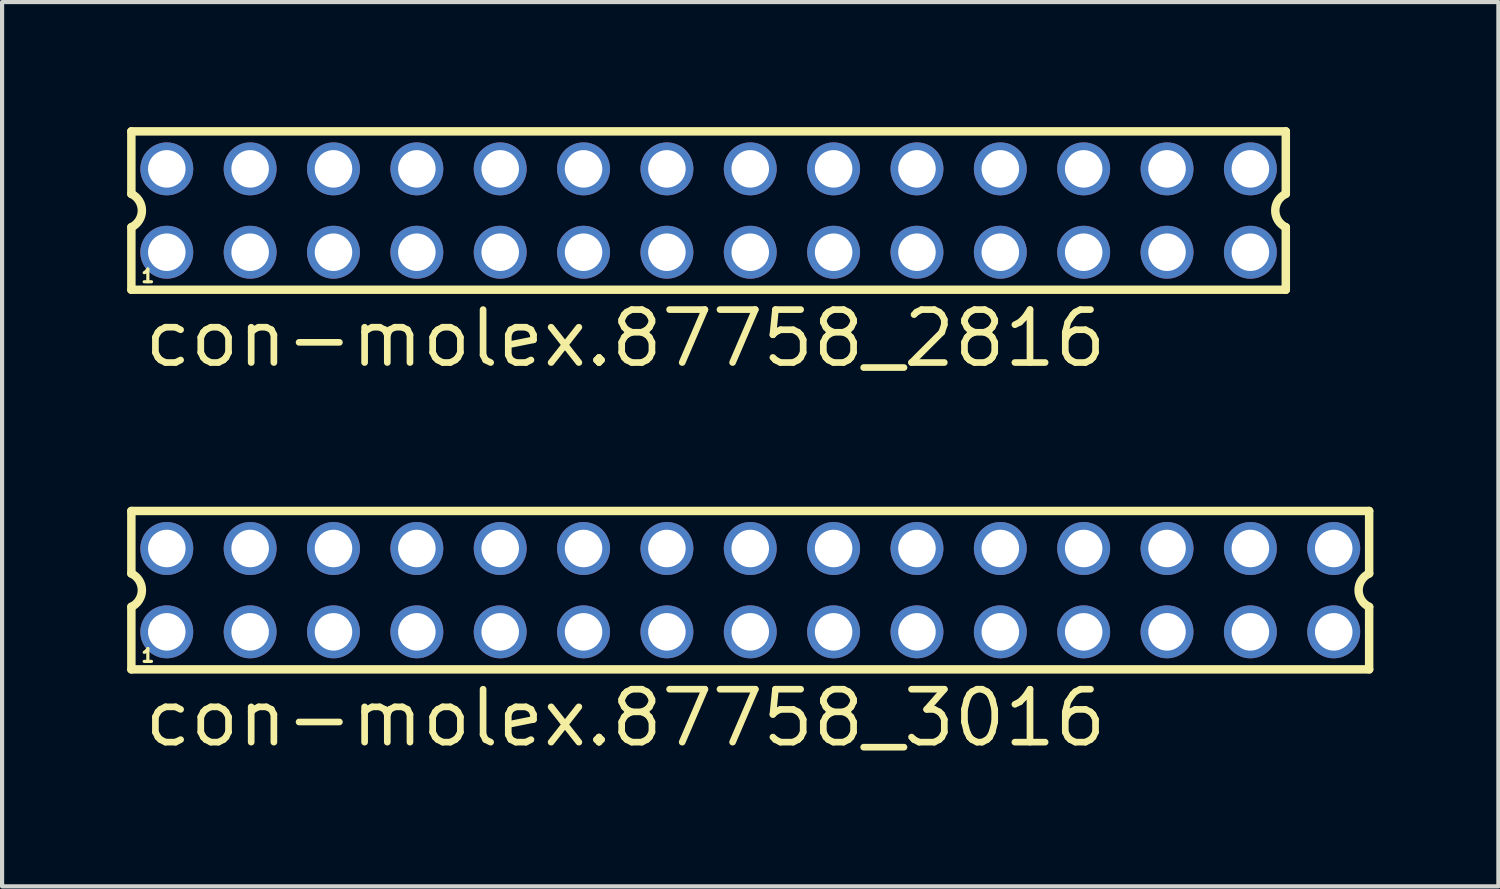
<source format=kicad_pcb>
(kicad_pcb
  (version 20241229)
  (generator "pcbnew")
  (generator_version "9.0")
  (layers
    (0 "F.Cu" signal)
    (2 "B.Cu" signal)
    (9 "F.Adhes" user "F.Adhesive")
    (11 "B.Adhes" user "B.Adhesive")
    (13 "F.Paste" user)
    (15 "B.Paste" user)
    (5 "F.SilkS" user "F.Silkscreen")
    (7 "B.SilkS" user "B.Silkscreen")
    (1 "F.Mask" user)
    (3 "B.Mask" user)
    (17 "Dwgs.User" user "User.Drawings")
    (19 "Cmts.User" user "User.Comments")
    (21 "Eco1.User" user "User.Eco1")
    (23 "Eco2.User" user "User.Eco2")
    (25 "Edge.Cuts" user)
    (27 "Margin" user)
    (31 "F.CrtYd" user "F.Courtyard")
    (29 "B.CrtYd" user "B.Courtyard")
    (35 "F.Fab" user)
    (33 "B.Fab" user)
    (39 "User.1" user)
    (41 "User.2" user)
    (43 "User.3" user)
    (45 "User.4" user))
  (footprint "con-molex.87758_3016"
    (layer "F.Cu")
    (at 14.952 11.111)
    (property "Reference" "con-molex.87758_3016" (at -14.62 3.81 0) (layer "F.SilkS") (effects (font (size 1.27 1.27) (thickness 0.16)) (justify left bottom)))
    (attr through_hole)
    (fp_line (start -14.85 -1.9) (end -14.85 -0.4) (stroke (width 0.203) (type default)) (layer "F.SilkS"))
    (fp_line (start -14.85 0.4) (end -14.85 1.9) (stroke (width 0.203) (type default)) (layer "F.SilkS"))
    (fp_line (start -14.85 1.9) (end 14.85 1.9) (stroke (width 0.203) (type default)) (layer "F.SilkS"))
    (fp_line (start 14.85 -1.9) (end -14.85 -1.9) (stroke (width 0.203) (type default)) (layer "F.SilkS"))
    (fp_line (start 14.85 -0.4) (end 14.85 -1.9) (stroke (width 0.203) (type default)) (layer "F.SilkS"))
    (fp_line (start 14.85 1.9) (end 14.85 0.4) (stroke (width 0.203) (type default)) (layer "F.SilkS"))
    (fp_arc (start -14.85 -0.4) (mid -14.597168 0) (end -14.85 0.4) (stroke (width 0.2032) (type default)) (layer "F.SilkS"))
    (fp_arc (start 14.85 0.4) (mid 14.597168 0) (end 14.85 -0.4) (stroke (width 0.2032) (type default)) (layer "F.SilkS"))
    (fp_rect (start -14.25 -0.75) (end -13.75 -1.25) (stroke (width 0.05) (type default)) (fill no) (layer "F.Fab"))
    (fp_rect (start -14.25 1.25) (end -13.75 0.75) (stroke (width 0.05) (type default)) (fill no) (layer "F.Fab"))
    (fp_rect (start -12.25 -0.75) (end -11.75 -1.25) (stroke (width 0.05) (type default)) (fill no) (layer "F.Fab"))
    (fp_rect (start -12.25 1.25) (end -11.75 0.75) (stroke (width 0.05) (type default)) (fill no) (layer "F.Fab"))
    (fp_rect (start -10.25 -0.75) (end -9.75 -1.25) (stroke (width 0.05) (type default)) (fill no) (layer "F.Fab"))
    (fp_rect (start -10.25 1.25) (end -9.75 0.75) (stroke (width 0.05) (type default)) (fill no) (layer "F.Fab"))
    (fp_rect (start -8.25 -0.75) (end -7.75 -1.25) (stroke (width 0.05) (type default)) (fill no) (layer "F.Fab"))
    (fp_rect (start -8.25 1.25) (end -7.75 0.75) (stroke (width 0.05) (type default)) (fill no) (layer "F.Fab"))
    (fp_rect (start -6.25 -0.75) (end -5.75 -1.25) (stroke (width 0.05) (type default)) (fill no) (layer "F.Fab"))
    (fp_rect (start -6.25 1.25) (end -5.75 0.75) (stroke (width 0.05) (type default)) (fill no) (layer "F.Fab"))
    (fp_rect (start -4.25 -0.75) (end -3.75 -1.25) (stroke (width 0.05) (type default)) (fill no) (layer "F.Fab"))
    (fp_rect (start -4.25 1.25) (end -3.75 0.75) (stroke (width 0.05) (type default)) (fill no) (layer "F.Fab"))
    (fp_rect (start -2.25 -0.75) (end -1.75 -1.25) (stroke (width 0.05) (type default)) (fill no) (layer "F.Fab"))
    (fp_rect (start -2.25 1.25) (end -1.75 0.75) (stroke (width 0.05) (type default)) (fill no) (layer "F.Fab"))
    (fp_rect (start -0.25 -0.75) (end 0.25 -1.25) (stroke (width 0.05) (type default)) (fill no) (layer "F.Fab"))
    (fp_rect (start -0.25 1.25) (end 0.25 0.75) (stroke (width 0.05) (type default)) (fill no) (layer "F.Fab"))
    (fp_rect (start 1.75 -0.75) (end 2.25 -1.25) (stroke (width 0.05) (type default)) (fill no) (layer "F.Fab"))
    (fp_rect (start 1.75 1.25) (end 2.25 0.75) (stroke (width 0.05) (type default)) (fill no) (layer "F.Fab"))
    (fp_rect (start 3.75 -0.75) (end 4.25 -1.25) (stroke (width 0.05) (type default)) (fill no) (layer "F.Fab"))
    (fp_rect (start 3.75 1.25) (end 4.25 0.75) (stroke (width 0.05) (type default)) (fill no) (layer "F.Fab"))
    (fp_rect (start 5.75 -0.75) (end 6.25 -1.25) (stroke (width 0.05) (type default)) (fill no) (layer "F.Fab"))
    (fp_rect (start 5.75 1.25) (end 6.25 0.75) (stroke (width 0.05) (type default)) (fill no) (layer "F.Fab"))
    (fp_rect (start 7.75 -0.75) (end 8.25 -1.25) (stroke (width 0.05) (type default)) (fill no) (layer "F.Fab"))
    (fp_rect (start 7.75 1.25) (end 8.25 0.75) (stroke (width 0.05) (type default)) (fill no) (layer "F.Fab"))
    (fp_rect (start 9.75 -0.75) (end 10.25 -1.25) (stroke (width 0.05) (type default)) (fill no) (layer "F.Fab"))
    (fp_rect (start 9.75 1.25) (end 10.25 0.75) (stroke (width 0.05) (type default)) (fill no) (layer "F.Fab"))
    (fp_rect (start 11.75 -0.75) (end 12.25 -1.25) (stroke (width 0.05) (type default)) (fill no) (layer "F.Fab"))
    (fp_rect (start 11.75 1.25) (end 12.25 0.75) (stroke (width 0.05) (type default)) (fill no) (layer "F.Fab"))
    (fp_rect (start 13.75 -0.75) (end 14.25 -1.25) (stroke (width 0.05) (type default)) (fill no) (layer "F.Fab"))
    (fp_rect (start 13.75 1.25) (end 14.25 0.75) (stroke (width 0.05) (type default)) (fill no) (layer "F.Fab"))
    (fp_text user "1" (at -14.65 1.75 0) (layer "F.SilkS") (effects (font (size 0.305 0.305) (thickness 0.15)) (justify left bottom)))
    (pad "1" thru_hole circle (at -14 1) (size 1.27 1.27) (drill 0.9) (layers "*.Cu" "*.Mask"))
    (pad "2" thru_hole circle (at -14 -1) (size 1.27 1.27) (drill 0.9) (layers "*.Cu" "*.Mask"))
    (pad "3" thru_hole circle (at -12 1) (size 1.27 1.27) (drill 0.9) (layers "*.Cu" "*.Mask"))
    (pad "4" thru_hole circle (at -12 -1) (size 1.27 1.27) (drill 0.9) (layers "*.Cu" "*.Mask"))
    (pad "5" thru_hole circle (at -10 1) (size 1.27 1.27) (drill 0.9) (layers "*.Cu" "*.Mask"))
    (pad "6" thru_hole circle (at -10 -1) (size 1.27 1.27) (drill 0.9) (layers "*.Cu" "*.Mask"))
    (pad "7" thru_hole circle (at -8 1) (size 1.27 1.27) (drill 0.9) (layers "*.Cu" "*.Mask"))
    (pad "8" thru_hole circle (at -8 -1) (size 1.27 1.27) (drill 0.9) (layers "*.Cu" "*.Mask"))
    (pad "9" thru_hole circle (at -6 1) (size 1.27 1.27) (drill 0.9) (layers "*.Cu" "*.Mask"))
    (pad "10" thru_hole circle (at -6 -1) (size 1.27 1.27) (drill 0.9) (layers "*.Cu" "*.Mask"))
    (pad "11" thru_hole circle (at -4 1) (size 1.27 1.27) (drill 0.9) (layers "*.Cu" "*.Mask"))
    (pad "12" thru_hole circle (at -4 -1) (size 1.27 1.27) (drill 0.9) (layers "*.Cu" "*.Mask"))
    (pad "13" thru_hole circle (at -2 1) (size 1.27 1.27) (drill 0.9) (layers "*.Cu" "*.Mask"))
    (pad "14" thru_hole circle (at -2 -1) (size 1.27 1.27) (drill 0.9) (layers "*.Cu" "*.Mask"))
    (pad "15" thru_hole circle (at 0 1) (size 1.27 1.27) (drill 0.9) (layers "*.Cu" "*.Mask"))
    (pad "16" thru_hole circle (at 0 -1) (size 1.27 1.27) (drill 0.9) (layers "*.Cu" "*.Mask"))
    (pad "17" thru_hole circle (at 2 1) (size 1.27 1.27) (drill 0.9) (layers "*.Cu" "*.Mask"))
    (pad "18" thru_hole circle (at 2 -1) (size 1.27 1.27) (drill 0.9) (layers "*.Cu" "*.Mask"))
    (pad "19" thru_hole circle (at 4 1) (size 1.27 1.27) (drill 0.9) (layers "*.Cu" "*.Mask"))
    (pad "20" thru_hole circle (at 4 -1) (size 1.27 1.27) (drill 0.9) (layers "*.Cu" "*.Mask"))
    (pad "21" thru_hole circle (at 6 1) (size 1.27 1.27) (drill 0.9) (layers "*.Cu" "*.Mask"))
    (pad "22" thru_hole circle (at 6 -1) (size 1.27 1.27) (drill 0.9) (layers "*.Cu" "*.Mask"))
    (pad "23" thru_hole circle (at 8 1) (size 1.27 1.27) (drill 0.9) (layers "*.Cu" "*.Mask"))
    (pad "24" thru_hole circle (at 8 -1) (size 1.27 1.27) (drill 0.9) (layers "*.Cu" "*.Mask"))
    (pad "25" thru_hole circle (at 10 1) (size 1.27 1.27) (drill 0.9) (layers "*.Cu" "*.Mask"))
    (pad "26" thru_hole circle (at 10 -1) (size 1.27 1.27) (drill 0.9) (layers "*.Cu" "*.Mask"))
    (pad "27" thru_hole circle (at 12 1) (size 1.27 1.27) (drill 0.9) (layers "*.Cu" "*.Mask"))
    (pad "28" thru_hole circle (at 12 -1) (size 1.27 1.27) (drill 0.9) (layers "*.Cu" "*.Mask"))
    (pad "29" thru_hole circle (at 14 1) (size 1.27 1.27) (drill 0.9) (layers "*.Cu" "*.Mask"))
    (pad "30" thru_hole circle (at 14 -1) (size 1.27 1.27) (drill 0.9) (layers "*.Cu" "*.Mask")))
  (footprint "con-molex.87758_2816"
    (layer "F.Cu")
    (at 13.952 2.002)
    (property "Reference" "con-molex.87758_2816" (at -13.62 3.81 0) (layer "F.SilkS") (effects (font (size 1.27 1.27) (thickness 0.16)) (justify left bottom)))
    (attr through_hole)
    (fp_line (start -13.85 -1.9) (end -13.85 -0.4) (stroke (width 0.203) (type default)) (layer "F.SilkS"))
    (fp_line (start -13.85 0.4) (end -13.85 1.9) (stroke (width 0.203) (type default)) (layer "F.SilkS"))
    (fp_line (start -13.85 1.9) (end 13.85 1.9) (stroke (width 0.203) (type default)) (layer "F.SilkS"))
    (fp_line (start 13.85 -1.9) (end -13.85 -1.9) (stroke (width 0.203) (type default)) (layer "F.SilkS"))
    (fp_line (start 13.85 -0.4) (end 13.85 -1.9) (stroke (width 0.203) (type default)) (layer "F.SilkS"))
    (fp_line (start 13.85 1.9) (end 13.85 0.4) (stroke (width 0.203) (type default)) (layer "F.SilkS"))
    (fp_arc (start -13.85 -0.4) (mid -13.597168 0) (end -13.85 0.4) (stroke (width 0.2032) (type default)) (layer "F.SilkS"))
    (fp_arc (start 13.85 0.4) (mid 13.597168 0) (end 13.85 -0.4) (stroke (width 0.2032) (type default)) (layer "F.SilkS"))
    (fp_rect (start -13.25 -0.75) (end -12.75 -1.25) (stroke (width 0.05) (type default)) (fill no) (layer "F.Fab"))
    (fp_rect (start -13.25 1.25) (end -12.75 0.75) (stroke (width 0.05) (type default)) (fill no) (layer "F.Fab"))
    (fp_rect (start -11.25 -0.75) (end -10.75 -1.25) (stroke (width 0.05) (type default)) (fill no) (layer "F.Fab"))
    (fp_rect (start -11.25 1.25) (end -10.75 0.75) (stroke (width 0.05) (type default)) (fill no) (layer "F.Fab"))
    (fp_rect (start -9.25 -0.75) (end -8.75 -1.25) (stroke (width 0.05) (type default)) (fill no) (layer "F.Fab"))
    (fp_rect (start -9.25 1.25) (end -8.75 0.75) (stroke (width 0.05) (type default)) (fill no) (layer "F.Fab"))
    (fp_rect (start -7.25 -0.75) (end -6.75 -1.25) (stroke (width 0.05) (type default)) (fill no) (layer "F.Fab"))
    (fp_rect (start -7.25 1.25) (end -6.75 0.75) (stroke (width 0.05) (type default)) (fill no) (layer "F.Fab"))
    (fp_rect (start -5.25 -0.75) (end -4.75 -1.25) (stroke (width 0.05) (type default)) (fill no) (layer "F.Fab"))
    (fp_rect (start -5.25 1.25) (end -4.75 0.75) (stroke (width 0.05) (type default)) (fill no) (layer "F.Fab"))
    (fp_rect (start -3.25 -0.75) (end -2.75 -1.25) (stroke (width 0.05) (type default)) (fill no) (layer "F.Fab"))
    (fp_rect (start -3.25 1.25) (end -2.75 0.75) (stroke (width 0.05) (type default)) (fill no) (layer "F.Fab"))
    (fp_rect (start -1.25 -0.75) (end -0.75 -1.25) (stroke (width 0.05) (type default)) (fill no) (layer "F.Fab"))
    (fp_rect (start -1.25 1.25) (end -0.75 0.75) (stroke (width 0.05) (type default)) (fill no) (layer "F.Fab"))
    (fp_rect (start 0.75 -0.75) (end 1.25 -1.25) (stroke (width 0.05) (type default)) (fill no) (layer "F.Fab"))
    (fp_rect (start 0.75 1.25) (end 1.25 0.75) (stroke (width 0.05) (type default)) (fill no) (layer "F.Fab"))
    (fp_rect (start 2.75 -0.75) (end 3.25 -1.25) (stroke (width 0.05) (type default)) (fill no) (layer "F.Fab"))
    (fp_rect (start 2.75 1.25) (end 3.25 0.75) (stroke (width 0.05) (type default)) (fill no) (layer "F.Fab"))
    (fp_rect (start 4.75 -0.75) (end 5.25 -1.25) (stroke (width 0.05) (type default)) (fill no) (layer "F.Fab"))
    (fp_rect (start 4.75 1.25) (end 5.25 0.75) (stroke (width 0.05) (type default)) (fill no) (layer "F.Fab"))
    (fp_rect (start 6.75 -0.75) (end 7.25 -1.25) (stroke (width 0.05) (type default)) (fill no) (layer "F.Fab"))
    (fp_rect (start 6.75 1.25) (end 7.25 0.75) (stroke (width 0.05) (type default)) (fill no) (layer "F.Fab"))
    (fp_rect (start 8.75 -0.75) (end 9.25 -1.25) (stroke (width 0.05) (type default)) (fill no) (layer "F.Fab"))
    (fp_rect (start 8.75 1.25) (end 9.25 0.75) (stroke (width 0.05) (type default)) (fill no) (layer "F.Fab"))
    (fp_rect (start 10.75 -0.75) (end 11.25 -1.25) (stroke (width 0.05) (type default)) (fill no) (layer "F.Fab"))
    (fp_rect (start 10.75 1.25) (end 11.25 0.75) (stroke (width 0.05) (type default)) (fill no) (layer "F.Fab"))
    (fp_rect (start 12.75 -0.75) (end 13.25 -1.25) (stroke (width 0.05) (type default)) (fill no) (layer "F.Fab"))
    (fp_rect (start 12.75 1.25) (end 13.25 0.75) (stroke (width 0.05) (type default)) (fill no) (layer "F.Fab"))
    (fp_text user "1" (at -13.65 1.75 0) (layer "F.SilkS") (effects (font (size 0.305 0.305) (thickness 0.15)) (justify left bottom)))
    (pad "1" thru_hole circle (at -13 1) (size 1.27 1.27) (drill 0.9) (layers "*.Cu" "*.Mask"))
    (pad "2" thru_hole circle (at -13 -1) (size 1.27 1.27) (drill 0.9) (layers "*.Cu" "*.Mask"))
    (pad "3" thru_hole circle (at -11 1) (size 1.27 1.27) (drill 0.9) (layers "*.Cu" "*.Mask"))
    (pad "4" thru_hole circle (at -11 -1) (size 1.27 1.27) (drill 0.9) (layers "*.Cu" "*.Mask"))
    (pad "5" thru_hole circle (at -9 1) (size 1.27 1.27) (drill 0.9) (layers "*.Cu" "*.Mask"))
    (pad "6" thru_hole circle (at -9 -1) (size 1.27 1.27) (drill 0.9) (layers "*.Cu" "*.Mask"))
    (pad "7" thru_hole circle (at -7 1) (size 1.27 1.27) (drill 0.9) (layers "*.Cu" "*.Mask"))
    (pad "8" thru_hole circle (at -7 -1) (size 1.27 1.27) (drill 0.9) (layers "*.Cu" "*.Mask"))
    (pad "9" thru_hole circle (at -5 1) (size 1.27 1.27) (drill 0.9) (layers "*.Cu" "*.Mask"))
    (pad "10" thru_hole circle (at -5 -1) (size 1.27 1.27) (drill 0.9) (layers "*.Cu" "*.Mask"))
    (pad "11" thru_hole circle (at -3 1) (size 1.27 1.27) (drill 0.9) (layers "*.Cu" "*.Mask"))
    (pad "12" thru_hole circle (at -3 -1) (size 1.27 1.27) (drill 0.9) (layers "*.Cu" "*.Mask"))
    (pad "13" thru_hole circle (at -1 1) (size 1.27 1.27) (drill 0.9) (layers "*.Cu" "*.Mask"))
    (pad "14" thru_hole circle (at -1 -1) (size 1.27 1.27) (drill 0.9) (layers "*.Cu" "*.Mask"))
    (pad "15" thru_hole circle (at 1 1) (size 1.27 1.27) (drill 0.9) (layers "*.Cu" "*.Mask"))
    (pad "16" thru_hole circle (at 1 -1) (size 1.27 1.27) (drill 0.9) (layers "*.Cu" "*.Mask"))
    (pad "17" thru_hole circle (at 3 1) (size 1.27 1.27) (drill 0.9) (layers "*.Cu" "*.Mask"))
    (pad "18" thru_hole circle (at 3 -1) (size 1.27 1.27) (drill 0.9) (layers "*.Cu" "*.Mask"))
    (pad "19" thru_hole circle (at 5 1) (size 1.27 1.27) (drill 0.9) (layers "*.Cu" "*.Mask"))
    (pad "20" thru_hole circle (at 5 -1) (size 1.27 1.27) (drill 0.9) (layers "*.Cu" "*.Mask"))
    (pad "21" thru_hole circle (at 7 1) (size 1.27 1.27) (drill 0.9) (layers "*.Cu" "*.Mask"))
    (pad "22" thru_hole circle (at 7 -1) (size 1.27 1.27) (drill 0.9) (layers "*.Cu" "*.Mask"))
    (pad "23" thru_hole circle (at 9 1) (size 1.27 1.27) (drill 0.9) (layers "*.Cu" "*.Mask"))
    (pad "24" thru_hole circle (at 9 -1) (size 1.27 1.27) (drill 0.9) (layers "*.Cu" "*.Mask"))
    (pad "25" thru_hole circle (at 11 1) (size 1.27 1.27) (drill 0.9) (layers "*.Cu" "*.Mask"))
    (pad "26" thru_hole circle (at 11 -1) (size 1.27 1.27) (drill 0.9) (layers "*.Cu" "*.Mask"))
    (pad "27" thru_hole circle (at 13 1) (size 1.27 1.27) (drill 0.9) (layers "*.Cu" "*.Mask"))
    (pad "28" thru_hole circle (at 13 -1) (size 1.27 1.27) (drill 0.9) (layers "*.Cu" "*.Mask")))
  (gr_rect
    (start -3 -3)
    (end 32.903 18.218)
    (stroke (width 0.1) (type default))
    (fill no)
    (layer "Edge.Cuts")))
</source>
